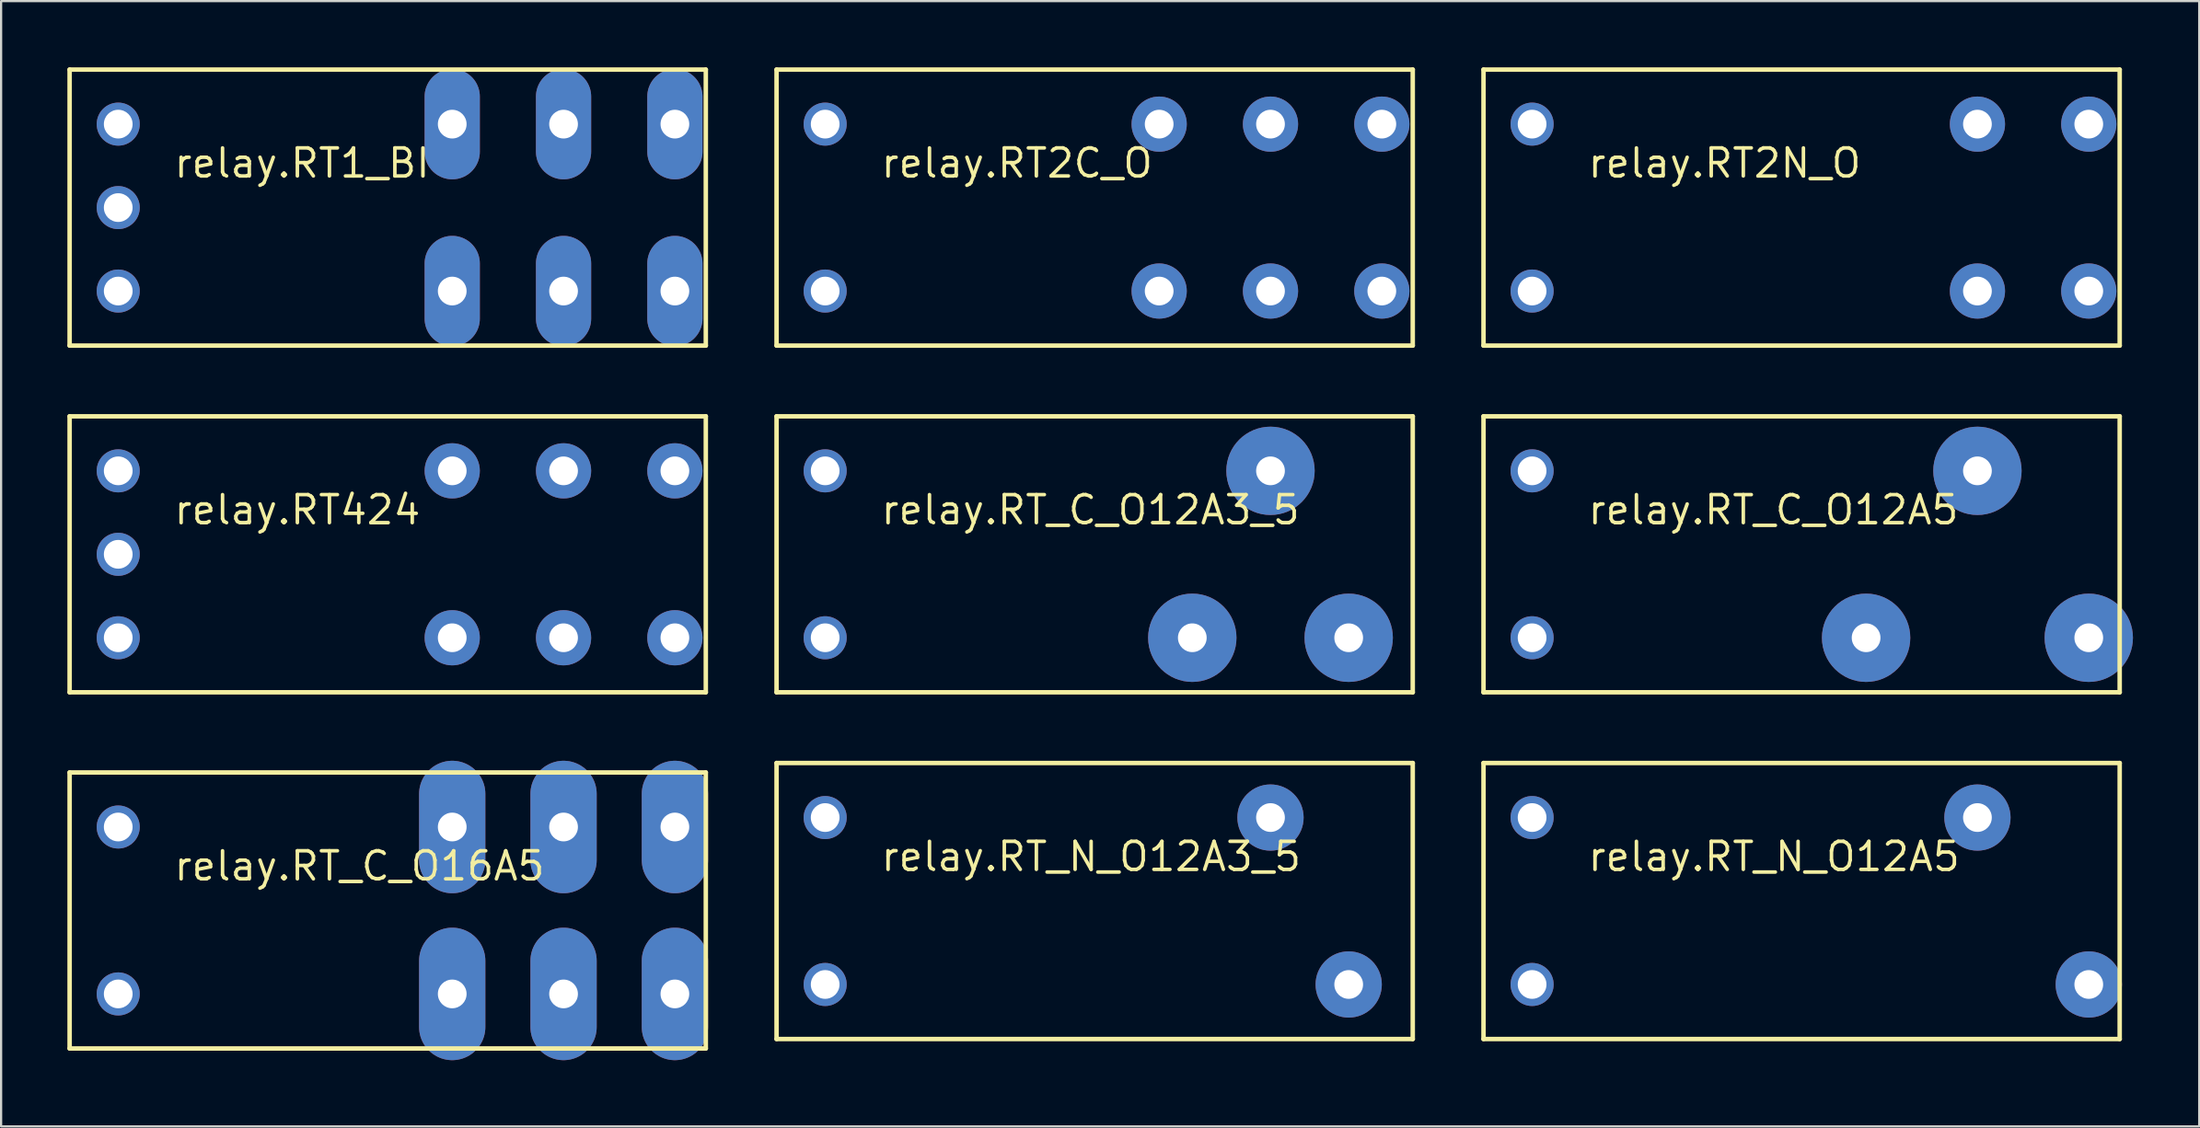
<source format=kicad_pcb>
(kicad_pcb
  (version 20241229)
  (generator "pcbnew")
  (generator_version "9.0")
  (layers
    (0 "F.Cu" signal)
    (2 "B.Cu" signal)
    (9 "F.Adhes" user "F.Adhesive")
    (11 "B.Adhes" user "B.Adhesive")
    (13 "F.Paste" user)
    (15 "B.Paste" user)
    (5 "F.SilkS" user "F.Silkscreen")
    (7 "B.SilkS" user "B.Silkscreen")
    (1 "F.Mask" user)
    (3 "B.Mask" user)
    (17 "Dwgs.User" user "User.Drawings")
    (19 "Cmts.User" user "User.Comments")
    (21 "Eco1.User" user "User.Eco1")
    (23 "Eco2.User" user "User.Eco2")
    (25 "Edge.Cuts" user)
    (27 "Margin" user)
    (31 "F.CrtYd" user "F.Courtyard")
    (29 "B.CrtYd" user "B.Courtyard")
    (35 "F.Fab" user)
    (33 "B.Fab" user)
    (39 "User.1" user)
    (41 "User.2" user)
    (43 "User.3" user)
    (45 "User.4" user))
  (footprint "relay.RT_C_O16A5"
    (layer "F.Cu")
    (at 14.902 38.186)
    (property "Reference" "relay.RT_C_O16A5" (at -10.16 -1.27 0) (layer "F.SilkS") (effects (font (size 1.27 1.27) (thickness 0.16)) (justify left bottom)))
    (attr through_hole)
    (fp_line (start -14.8 -6.25) (end 14 -6.25) (stroke (width 0.203) (type default)) (layer "F.SilkS"))
    (fp_line (start -14.8 6.25) (end -14.8 -6.25) (stroke (width 0.203) (type default)) (layer "F.SilkS"))
    (fp_line (start 14 -6.25) (end 14 6.25) (stroke (width 0.203) (type default)) (layer "F.SilkS"))
    (fp_line (start 14 6.25) (end -14.8 6.25) (stroke (width 0.203) (type default)) (layer "F.SilkS"))
    (pad "11A" thru_hole oval (at 7.56 -3.78 90) (size 6 3) (drill 1.3) (layers "*.Cu" "*.Mask"))
    (pad "11B" thru_hole oval (at 7.56 3.78 90) (size 6 3) (drill 1.3) (layers "*.Cu" "*.Mask"))
    (pad "12A" thru_hole oval (at 2.52 -3.78 90) (size 6 3) (drill 1.3) (layers "*.Cu" "*.Mask"))
    (pad "12B" thru_hole oval (at 2.52 3.78 90) (size 6 3) (drill 1.3) (layers "*.Cu" "*.Mask"))
    (pad "14A" thru_hole oval (at 12.6 -3.78 90) (size 6 3) (drill 1.3) (layers "*.Cu" "*.Mask"))
    (pad "14B" thru_hole oval (at 12.6 3.78 90) (size 6 3) (drill 1.3) (layers "*.Cu" "*.Mask"))
    (pad "A1" thru_hole circle (at -12.6 3.78) (size 1.95 1.95) (drill 1.3) (layers "*.Cu" "*.Mask"))
    (pad "A2" thru_hole circle (at -12.6 -3.78) (size 1.95 1.95) (drill 1.3) (layers "*.Cu" "*.Mask")))
  (footprint "relay.RT2C_O"
    (layer "F.Cu")
    (at 46.905 6.452)
    (property "Reference" "relay.RT2C_O" (at -10.16 -1.37 0) (layer "F.SilkS") (effects (font (size 1.27 1.27) (thickness 0.16)) (justify left bottom)))
    (attr through_hole)
    (fp_line (start -14.8 -6.35) (end 14 -6.35) (stroke (width 0.203) (type default)) (layer "F.SilkS"))
    (fp_line (start -14.8 6.15) (end -14.8 -6.35) (stroke (width 0.203) (type default)) (layer "F.SilkS"))
    (fp_line (start 14 -6.35) (end 14 6.15) (stroke (width 0.203) (type default)) (layer "F.SilkS"))
    (fp_line (start 14 6.15) (end -14.8 6.15) (stroke (width 0.203) (type default)) (layer "F.SilkS"))
    (pad "11" thru_hole circle (at 7.56 3.68 90) (size 2.5 2.5) (drill 1.3) (layers "*.Cu" "*.Mask"))
    (pad "12" thru_hole circle (at 2.52 3.68 90) (size 2.5 2.5) (drill 1.3) (layers "*.Cu" "*.Mask"))
    (pad "14" thru_hole circle (at 12.6 3.68 90) (size 2.5 2.5) (drill 1.3) (layers "*.Cu" "*.Mask"))
    (pad "21" thru_hole circle (at 7.56 -3.88 90) (size 2.5 2.5) (drill 1.3) (layers "*.Cu" "*.Mask"))
    (pad "22" thru_hole circle (at 2.52 -3.88 90) (size 2.5 2.5) (drill 1.3) (layers "*.Cu" "*.Mask"))
    (pad "24" thru_hole circle (at 12.6 -3.88 90) (size 2.5 2.5) (drill 1.3) (layers "*.Cu" "*.Mask"))
    (pad "A1" thru_hole circle (at -12.6 3.68) (size 1.95 1.95) (drill 1.3) (layers "*.Cu" "*.Mask"))
    (pad "A2" thru_hole circle (at -12.6 -3.88) (size 1.95 1.95) (drill 1.3) (layers "*.Cu" "*.Mask")))
  (footprint "relay.RT_C_O12A3_5"
    (layer "F.Cu")
    (at 46.905 22.055)
    (property "Reference" "relay.RT_C_O12A3_5" (at -10.16 -1.27 0) (layer "F.SilkS") (effects (font (size 1.27 1.27) (thickness 0.16)) (justify left bottom)))
    (attr through_hole)
    (fp_line (start -14.8 -6.25) (end 14 -6.25) (stroke (width 0.203) (type default)) (layer "F.SilkS"))
    (fp_line (start -14.8 6.25) (end -14.8 -6.25) (stroke (width 0.203) (type default)) (layer "F.SilkS"))
    (fp_line (start 14 -6.25) (end 14 6.25) (stroke (width 0.203) (type default)) (layer "F.SilkS"))
    (fp_line (start 14 6.25) (end -14.8 6.25) (stroke (width 0.203) (type default)) (layer "F.SilkS"))
    (pad "11" thru_hole circle (at 7.56 -3.78) (size 4 4) (drill 1.3) (layers "*.Cu" "*.Mask"))
    (pad "12" thru_hole circle (at 4.02 3.78) (size 4 4) (drill 1.3) (layers "*.Cu" "*.Mask"))
    (pad "14" thru_hole circle (at 11.1 3.78) (size 4 4) (drill 1.3) (layers "*.Cu" "*.Mask"))
    (pad "A1" thru_hole circle (at -12.6 3.78) (size 1.95 1.95) (drill 1.3) (layers "*.Cu" "*.Mask"))
    (pad "A2" thru_hole circle (at -12.6 -3.78) (size 1.95 1.95) (drill 1.3) (layers "*.Cu" "*.Mask")))
  (footprint "relay.RT1_BI"
    (layer "F.Cu")
    (at 14.902 6.352)
    (property "Reference" "relay.RT1_BI" (at -10.16 -1.27 0) (layer "F.SilkS") (effects (font (size 1.27 1.27) (thickness 0.16)) (justify left bottom)))
    (attr through_hole)
    (fp_line (start -14.8 -6.25) (end 14 -6.25) (stroke (width 0.203) (type default)) (layer "F.SilkS"))
    (fp_line (start -14.8 6.25) (end -14.8 -6.25) (stroke (width 0.203) (type default)) (layer "F.SilkS"))
    (fp_line (start 14 -6.25) (end 14 6.25) (stroke (width 0.203) (type default)) (layer "F.SilkS"))
    (fp_line (start 14 6.25) (end -14.8 6.25) (stroke (width 0.203) (type default)) (layer "F.SilkS"))
    (pad "11A" thru_hole oval (at 7.56 -3.78 90) (size 5 2.5) (drill 1.3) (layers "*.Cu" "*.Mask"))
    (pad "11B" thru_hole oval (at 7.56 3.78 90) (size 5 2.5) (drill 1.3) (layers "*.Cu" "*.Mask"))
    (pad "12A" thru_hole oval (at 2.52 -3.78 90) (size 5 2.5) (drill 1.3) (layers "*.Cu" "*.Mask"))
    (pad "12B" thru_hole oval (at 2.52 3.78 90) (size 5 2.5) (drill 1.3) (layers "*.Cu" "*.Mask"))
    (pad "14A" thru_hole oval (at 12.6 -3.78 90) (size 5 2.5) (drill 1.3) (layers "*.Cu" "*.Mask"))
    (pad "14B" thru_hole oval (at 12.6 3.78 90) (size 5 2.5) (drill 1.3) (layers "*.Cu" "*.Mask"))
    (pad "A1" thru_hole circle (at -12.6 3.78) (size 1.95 1.95) (drill 1.3) (layers "*.Cu" "*.Mask"))
    (pad "A2" thru_hole circle (at -12.6 -3.78) (size 1.95 1.95) (drill 1.3) (layers "*.Cu" "*.Mask"))
    (pad "A3" thru_hole circle (at -12.6 0) (size 1.95 1.95) (drill 1.3) (layers "*.Cu" "*.Mask")))
  (footprint "relay.RT2N_O"
    (layer "F.Cu")
    (at 78.908 6.352)
    (property "Reference" "relay.RT2N_O" (at -10.16 -1.27 0) (layer "F.SilkS") (effects (font (size 1.27 1.27) (thickness 0.16)) (justify left bottom)))
    (attr through_hole)
    (fp_line (start -14.8 -6.25) (end 14 -6.25) (stroke (width 0.203) (type default)) (layer "F.SilkS"))
    (fp_line (start -14.8 6.25) (end -14.8 -6.25) (stroke (width 0.203) (type default)) (layer "F.SilkS"))
    (fp_line (start 14 -6.25) (end 14 6.25) (stroke (width 0.203) (type default)) (layer "F.SilkS"))
    (fp_line (start 14 6.25) (end -14.8 6.25) (stroke (width 0.203) (type default)) (layer "F.SilkS"))
    (pad "11" thru_hole circle (at 7.56 3.78 90) (size 2.5 2.5) (drill 1.3) (layers "*.Cu" "*.Mask"))
    (pad "14" thru_hole circle (at 12.6 3.78 90) (size 2.5 2.5) (drill 1.3) (layers "*.Cu" "*.Mask"))
    (pad "21" thru_hole circle (at 7.56 -3.78 90) (size 2.5 2.5) (drill 1.3) (layers "*.Cu" "*.Mask"))
    (pad "24" thru_hole circle (at 12.6 -3.78 90) (size 2.5 2.5) (drill 1.3) (layers "*.Cu" "*.Mask"))
    (pad "A1" thru_hole circle (at -12.6 3.78) (size 1.95 1.95) (drill 1.3) (layers "*.Cu" "*.Mask"))
    (pad "A2" thru_hole circle (at -12.6 -3.78) (size 1.95 1.95) (drill 1.3) (layers "*.Cu" "*.Mask")))
  (footprint "relay.RT_N_O12A3_5"
    (layer "F.Cu")
    (at 46.905 37.758)
    (property "Reference" "relay.RT_N_O12A3_5" (at -10.16 -1.27 0) (layer "F.SilkS") (effects (font (size 1.27 1.27) (thickness 0.16)) (justify left bottom)))
    (attr through_hole)
    (fp_line (start -14.8 -6.25) (end 14 -6.25) (stroke (width 0.203) (type default)) (layer "F.SilkS"))
    (fp_line (start -14.8 6.25) (end -14.8 -6.25) (stroke (width 0.203) (type default)) (layer "F.SilkS"))
    (fp_line (start 14 -6.25) (end 14 6.25) (stroke (width 0.203) (type default)) (layer "F.SilkS"))
    (fp_line (start 14 6.25) (end -14.8 6.25) (stroke (width 0.203) (type default)) (layer "F.SilkS"))
    (pad "11" thru_hole circle (at 7.56 -3.78) (size 3 3) (drill 1.3) (layers "*.Cu" "*.Mask"))
    (pad "14" thru_hole circle (at 11.1 3.78) (size 3 3) (drill 1.3) (layers "*.Cu" "*.Mask"))
    (pad "A1" thru_hole circle (at -12.6 3.78) (size 1.95 1.95) (drill 1.3) (layers "*.Cu" "*.Mask"))
    (pad "A2" thru_hole circle (at -12.6 -3.78) (size 1.95 1.95) (drill 1.3) (layers "*.Cu" "*.Mask")))
  (footprint "relay.RT_C_O12A5"
    (layer "F.Cu")
    (at 78.908 22.055)
    (property "Reference" "relay.RT_C_O12A5" (at -10.16 -1.27 0) (layer "F.SilkS") (effects (font (size 1.27 1.27) (thickness 0.16)) (justify left bottom)))
    (attr through_hole)
    (fp_line (start -14.8 -6.25) (end 14 -6.25) (stroke (width 0.203) (type default)) (layer "F.SilkS"))
    (fp_line (start -14.8 6.25) (end -14.8 -6.25) (stroke (width 0.203) (type default)) (layer "F.SilkS"))
    (fp_line (start 14 -6.25) (end 14 6.25) (stroke (width 0.203) (type default)) (layer "F.SilkS"))
    (fp_line (start 14 6.25) (end -14.8 6.25) (stroke (width 0.203) (type default)) (layer "F.SilkS"))
    (pad "11" thru_hole circle (at 7.56 -3.78) (size 4 4) (drill 1.3) (layers "*.Cu" "*.Mask"))
    (pad "12" thru_hole circle (at 2.52 3.78) (size 4 4) (drill 1.3) (layers "*.Cu" "*.Mask"))
    (pad "14" thru_hole circle (at 12.6 3.78) (size 4 4) (drill 1.3) (layers "*.Cu" "*.Mask"))
    (pad "A1" thru_hole circle (at -12.6 3.78) (size 1.95 1.95) (drill 1.3) (layers "*.Cu" "*.Mask"))
    (pad "A2" thru_hole circle (at -12.6 -3.78) (size 1.95 1.95) (drill 1.3) (layers "*.Cu" "*.Mask")))
  (footprint "relay.RT424"
    (layer "F.Cu")
    (at 14.902 22.055)
    (property "Reference" "relay.RT424" (at -10.16 -1.27 0) (layer "F.SilkS") (effects (font (size 1.27 1.27) (thickness 0.16)) (justify left bottom)))
    (attr through_hole)
    (fp_line (start -14.8 -6.25) (end 14 -6.25) (stroke (width 0.203) (type default)) (layer "F.SilkS"))
    (fp_line (start -14.8 6.25) (end -14.8 -6.25) (stroke (width 0.203) (type default)) (layer "F.SilkS"))
    (fp_line (start 14 -6.25) (end 14 6.25) (stroke (width 0.203) (type default)) (layer "F.SilkS"))
    (fp_line (start 14 6.25) (end -14.8 6.25) (stroke (width 0.203) (type default)) (layer "F.SilkS"))
    (pad "11" thru_hole circle (at 7.56 3.78 90) (size 2.5 2.5) (drill 1.3) (layers "*.Cu" "*.Mask"))
    (pad "12" thru_hole circle (at 2.52 3.78 90) (size 2.5 2.5) (drill 1.3) (layers "*.Cu" "*.Mask"))
    (pad "14" thru_hole circle (at 12.6 3.78 90) (size 2.5 2.5) (drill 1.3) (layers "*.Cu" "*.Mask"))
    (pad "21" thru_hole circle (at 7.56 -3.78 90) (size 2.5 2.5) (drill 1.3) (layers "*.Cu" "*.Mask"))
    (pad "22" thru_hole circle (at 2.52 -3.78 90) (size 2.5 2.5) (drill 1.3) (layers "*.Cu" "*.Mask"))
    (pad "24" thru_hole circle (at 12.6 -3.78 90) (size 2.5 2.5) (drill 1.3) (layers "*.Cu" "*.Mask"))
    (pad "A1" thru_hole circle (at -12.6 3.78) (size 1.95 1.95) (drill 1.3) (layers "*.Cu" "*.Mask"))
    (pad "A2" thru_hole circle (at -12.6 -3.78) (size 1.95 1.95) (drill 1.3) (layers "*.Cu" "*.Mask"))
    (pad "A3" thru_hole circle (at -12.6 0) (size 1.95 1.95) (drill 1.3) (layers "*.Cu" "*.Mask")))
  (footprint "relay.RT_N_O12A5"
    (layer "F.Cu")
    (at 78.908 37.758)
    (property "Reference" "relay.RT_N_O12A5" (at -10.16 -1.27 0) (layer "F.SilkS") (effects (font (size 1.27 1.27) (thickness 0.16)) (justify left bottom)))
    (attr through_hole)
    (fp_line (start -14.8 -6.25) (end 14 -6.25) (stroke (width 0.203) (type default)) (layer "F.SilkS"))
    (fp_line (start -14.8 6.25) (end -14.8 -6.25) (stroke (width 0.203) (type default)) (layer "F.SilkS"))
    (fp_line (start 14 -6.25) (end 14 6.25) (stroke (width 0.203) (type default)) (layer "F.SilkS"))
    (fp_line (start 14 6.25) (end -14.8 6.25) (stroke (width 0.203) (type default)) (layer "F.SilkS"))
    (pad "11" thru_hole circle (at 7.56 -3.78) (size 3 3) (drill 1.3) (layers "*.Cu" "*.Mask"))
    (pad "14" thru_hole circle (at 12.6 3.78) (size 3 3) (drill 1.3) (layers "*.Cu" "*.Mask"))
    (pad "A1" thru_hole circle (at -12.6 3.78) (size 1.95 1.95) (drill 1.3) (layers "*.Cu" "*.Mask"))
    (pad "A2" thru_hole circle (at -12.6 -3.78) (size 1.95 1.95) (drill 1.3) (layers "*.Cu" "*.Mask")))
  (gr_rect
    (start -3 -3)
    (end 96.508 47.966)
    (stroke (width 0.1) (type default))
    (fill no)
    (layer "Edge.Cuts")))
</source>
